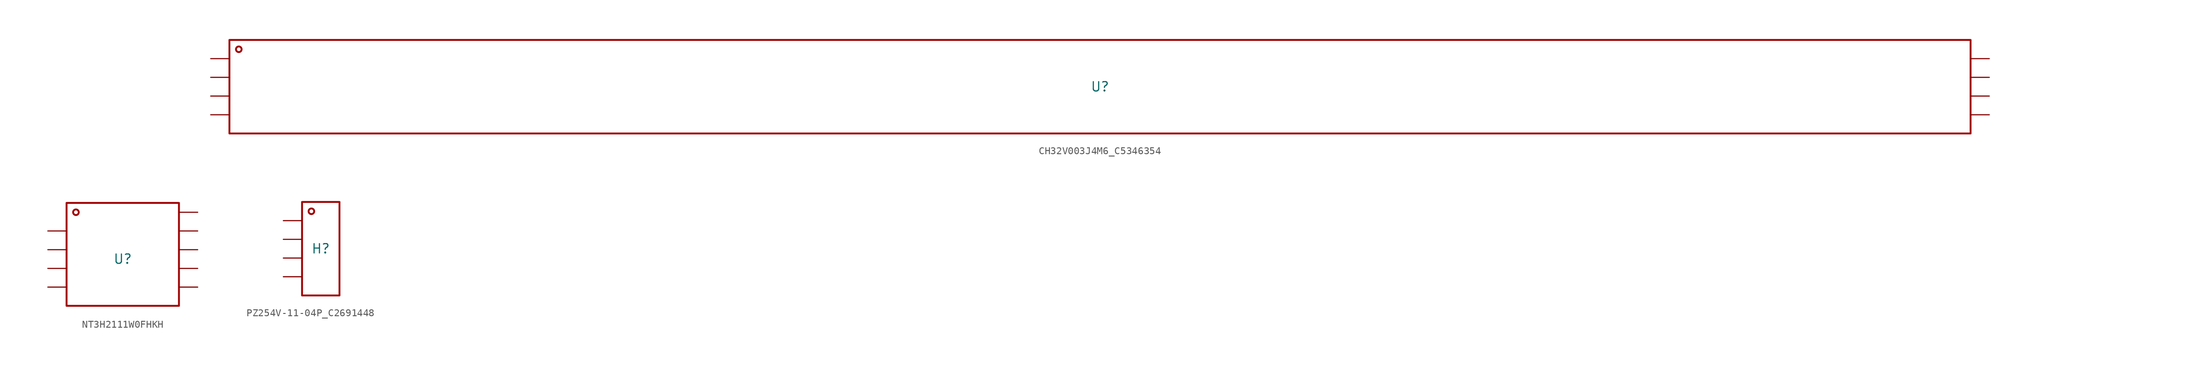
<source format=kicad_sym>
(kicad_symbol_lib
  (version 20241209)
  (generator "kicad_symbol_editor")
  (generator_version "9.0")
  (symbol "CH32V003J4M6_C5346354"
    (property "Reference" "U"
      (at 0 0 0)
      (effects (font (size 1.27 1.27))))
    (property "Value" ""
      (at 0 0 0)
      (effects (font (size 1.27 1.27))))
    (symbol "CH32V003J4M6_C5346354_1_0"
      (rectangle (start -118.11 6.35) (end 118.11 -6.35) (stroke (width 0.254) (type solid) (color 160 0 0 1)) (fill (type none)))
      (circle (center -116.84 5.08) (radius 0.381) (stroke (width 0.254) (type solid) (color 160 0 0 1)) (fill (type none)))
      (pin unspecified line (at -120.65 3.81 0) (length 2.54) (name "" (effects (font (size 1.27 1.27)))) (number "" (effects (font (size 1.27 1.27)))))
      (pin unspecified line (at -120.65 1.27 0) (length 2.54) (name "" (effects (font (size 1.27 1.27)))) (number "" (effects (font (size 1.27 1.27)))))
      (pin unspecified line (at -120.65 -1.27 0) (length 2.54) (name "" (effects (font (size 1.27 1.27)))) (number "" (effects (font (size 1.27 1.27)))))
      (pin unspecified line (at -120.65 -3.81 0) (length 2.54) (name "" (effects (font (size 1.27 1.27)))) (number "" (effects (font (size 1.27 1.27)))))
      (pin unspecified line (at 120.65 3.81 180) (length 2.54) (name "" (effects (font (size 1.27 1.27)))) (number "" (effects (font (size 1.27 1.27)))))
      (pin unspecified line (at 120.65 1.27 180) (length 2.54) (name "" (effects (font (size 1.27 1.27)))) (number "" (effects (font (size 1.27 1.27)))))
      (pin unspecified line (at 120.65 -1.27 180) (length 2.54) (name "" (effects (font (size 1.27 1.27)))) (number "" (effects (font (size 1.27 1.27)))))
      (pin unspecified line (at 120.65 -3.81 180) (length 2.54) (name "" (effects (font (size 1.27 1.27)))) (number "" (effects (font (size 1.27 1.27)))))))
  (symbol "NT3H2111W0FHKH"
    (property "Reference" "U"
      (at 0 0 0)
      (effects (font (size 1.27 1.27))))
    (symbol "NT3H2111W0FHKH_1_0"
      (rectangle (start -7.62 7.62) (end 7.62 -6.35) (stroke (width 0.254) (type solid) (color 160 0 0 1)) (fill (type none)))
      (circle (center -6.35 6.35) (radius 0.381) (stroke (width 0.254) (type solid) (color 160 0 0 1)) (fill (type none)))
      (pin input line (at -10.16 3.81 0) (length 2.54) (name "" (effects (font (size 1.27 1.27)))) (number "" (effects (font (size 1.27 1.27)))))
      (pin input line (at -10.16 1.27 0) (length 2.54) (name "" (effects (font (size 1.27 1.27)))) (number "" (effects (font (size 1.27 1.27)))))
      (pin input line (at -10.16 -1.27 0) (length 2.54) (name "" (effects (font (size 1.27 1.27)))) (number "" (effects (font (size 1.27 1.27)))))
      (pin input line (at -10.16 -3.81 0) (length 2.54) (name "" (effects (font (size 1.27 1.27)))) (number "" (effects (font (size 1.27 1.27)))))
      (pin input line (at 10.16 6.35 180) (length 2.54) (name "" (effects (font (size 1.27 1.27)))) (number "" (effects (font (size 1.27 1.27)))))
      (pin input line (at 10.16 3.81 180) (length 2.54) (name "" (effects (font (size 1.27 1.27)))) (number "" (effects (font (size 1.27 1.27)))))
      (pin input line (at 10.16 1.27 180) (length 2.54) (name "" (effects (font (size 1.27 1.27)))) (number "" (effects (font (size 1.27 1.27)))))
      (pin input line (at 10.16 -1.27 180) (length 2.54) (name "" (effects (font (size 1.27 1.27)))) (number "" (effects (font (size 1.27 1.27)))))
      (pin input line (at 10.16 -3.81 180) (length 2.54) (name "" (effects (font (size 1.27 1.27)))) (number "" (effects (font (size 1.27 1.27)))))))
  (symbol "PZ254V-11-04P_C2691448"
    (property "Reference" "H"
      (at 0 0 0)
      (effects (font (size 1.27 1.27))))
    (property "Value" ""
      (at 0 0 0)
      (effects (font (size 1.27 1.27))))
    (symbol "PZ254V-11-04P_C2691448_1_0"
      (rectangle (start -2.54 6.35) (end 2.54 -6.35) (stroke (width 0.254) (type solid) (color 160 0 0 1)) (fill (type none)))
      (circle (center -1.27 5.08) (radius 0.381) (stroke (width 0.254) (type solid) (color 160 0 0 1)) (fill (type none)))
      (pin unspecified line (at -5.08 3.81 0) (length 2.54) (name "" (effects (font (size 1.27 1.27)))) (number "" (effects (font (size 1.27 1.27)))))
      (pin unspecified line (at -5.08 1.27 0) (length 2.54) (name "" (effects (font (size 1.27 1.27)))) (number "" (effects (font (size 1.27 1.27)))))
      (pin unspecified line (at -5.08 -1.27 0) (length 2.54) (name "" (effects (font (size 1.27 1.27)))) (number "" (effects (font (size 1.27 1.27)))))
      (pin unspecified line (at -5.08 -3.81 0) (length 2.54) (name "" (effects (font (size 1.27 1.27)))) (number "" (effects (font (size 1.27 1.27))))))))
</source>
